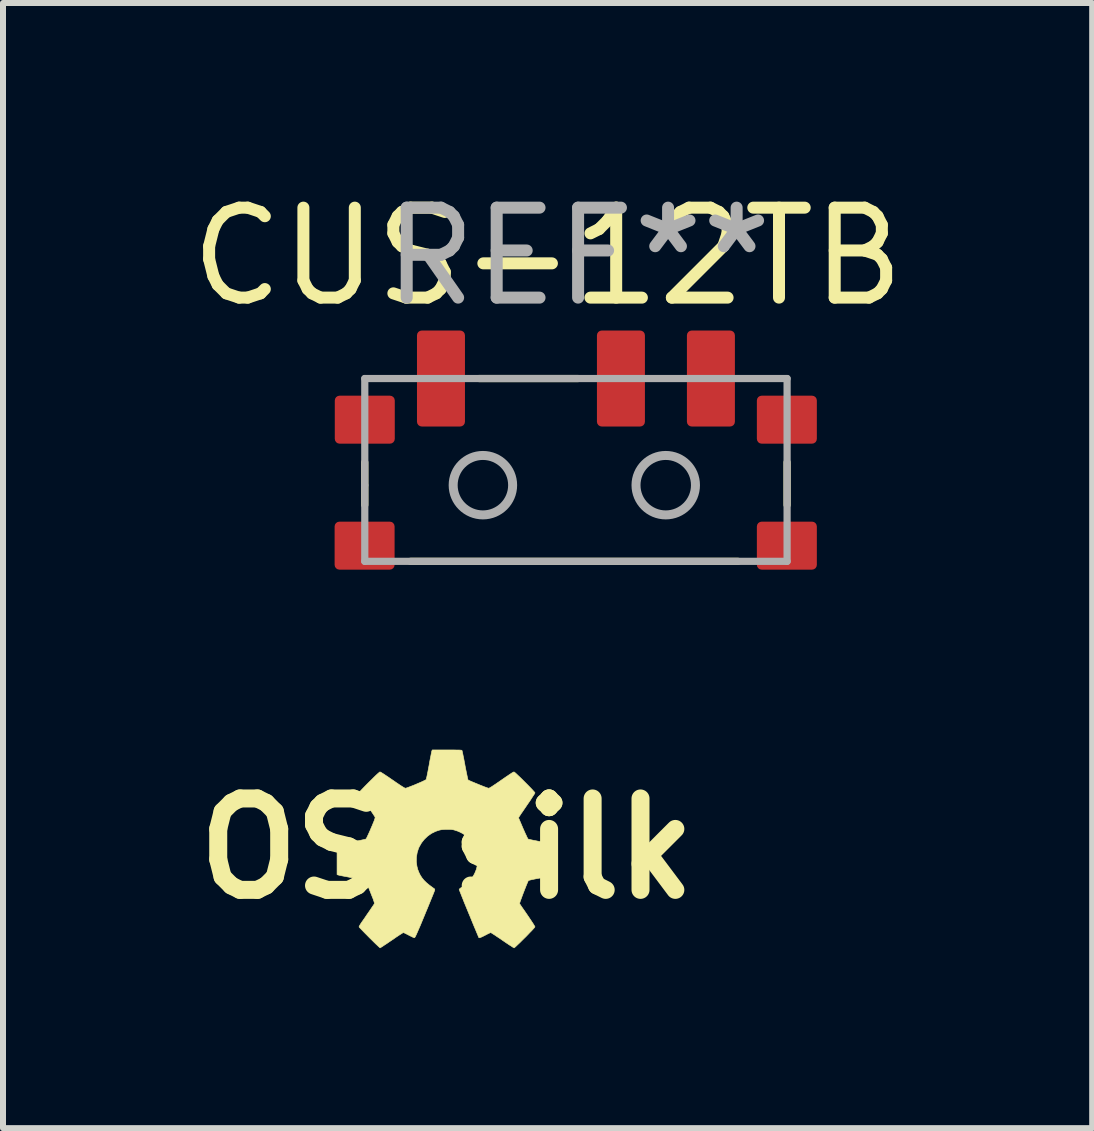
<source format=kicad_pcb>
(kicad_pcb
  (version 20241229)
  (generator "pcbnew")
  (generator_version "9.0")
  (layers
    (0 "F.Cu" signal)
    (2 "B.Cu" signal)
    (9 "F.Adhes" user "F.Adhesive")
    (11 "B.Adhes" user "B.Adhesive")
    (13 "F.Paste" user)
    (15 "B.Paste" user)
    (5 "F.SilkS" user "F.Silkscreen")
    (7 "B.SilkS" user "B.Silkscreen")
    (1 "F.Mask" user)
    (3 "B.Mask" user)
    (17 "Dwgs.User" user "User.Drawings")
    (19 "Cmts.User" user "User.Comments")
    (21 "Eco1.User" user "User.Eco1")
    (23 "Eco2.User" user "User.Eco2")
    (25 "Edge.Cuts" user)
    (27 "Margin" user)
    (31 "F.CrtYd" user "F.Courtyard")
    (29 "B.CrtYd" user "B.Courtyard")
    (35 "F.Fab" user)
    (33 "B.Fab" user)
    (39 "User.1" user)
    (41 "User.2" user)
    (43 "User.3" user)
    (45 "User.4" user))
  (footprint "CUS-12TB"
    (layer "F.Cu")
    (at 4.301 3.26)
    (property "Reference" "CUS-12TB" (at 1.778 -2.032 0) (layer "F.SilkS") (effects (font (size 1.5 1.5) (thickness 0.2))))
    (attr through_hole)
    (fp_line (start -1.27 1.397) (end -1.27 2.108) (stroke (width 0.12) (type solid)) (layer "F.SilkS"))
    (fp_line (start -0.508 3.048) (end 4.953 3.048) (stroke (width 0.12) (type solid)) (layer "F.SilkS"))
    (fp_line (start 0.635 0) (end 2.286 0) (stroke (width 0.12) (type solid)) (layer "F.SilkS"))
    (fp_line (start 5.77 1.397) (end 5.77 2.108) (stroke (width 0.12) (type solid)) (layer "F.SilkS"))
    (fp_line (start -1.27 0) (end 5.77 0) (stroke (width 0.12) (type solid)) (layer "F.Fab"))
    (fp_line (start -1.27 1.778) (end -1.27 0) (stroke (width 0.12) (type solid)) (layer "F.Fab"))
    (fp_line (start -1.27 3.048) (end -1.27 1.778) (stroke (width 0.12) (type solid)) (layer "F.Fab"))
    (fp_line (start 5.77 0) (end 5.77 3.048) (stroke (width 0.12) (type solid)) (layer "F.Fab"))
    (fp_line (start 5.77 3.048) (end -1.27 3.048) (stroke (width 0.12) (type solid)) (layer "F.Fab"))
    (fp_circle (center 0.699 1.778) (end 1.016 2.159) (stroke (width 0.15) (type solid)) (fill no) (layer "F.Fab"))
    (fp_circle (center 3.747 1.778) (end 4.064 2.159) (stroke (width 0.15) (type solid)) (fill no) (layer "F.Fab"))
    (fp_text user "REF**" (at 2.286 -2.032 0) (layer "F.Fab") (effects (font (size 1.5 1.5) (thickness 0.2))))
    (pad "" smd roundrect (at -1.273 2.786) (size 1 0.8) (layers "F.Cu" "F.Mask" "F.Paste") (roundrect_rratio 0.1))
    (pad "" smd roundrect (at -1.27 0.686) (size 1 0.8) (layers "F.Cu" "F.Mask" "F.Paste") (roundrect_rratio 0.1))
    (pad "" smd roundrect (at 5.766 0.686) (size 1 0.8) (layers "F.Cu" "F.Mask" "F.Paste") (roundrect_rratio 0.1))
    (pad "" smd roundrect (at 5.766 2.786) (size 1 0.8) (layers "F.Cu" "F.Mask" "F.Paste") (roundrect_rratio 0.1))
    (pad "1" smd roundrect (at 4.5 0) (size 0.8 1.6) (layers "F.Cu" "F.Mask" "F.Paste") (roundrect_rratio 0.1))
    (pad "2" smd roundrect (at 3 0) (size 0.8 1.6) (layers "F.Cu" "F.Mask" "F.Paste") (roundrect_rratio 0.1))
    (pad "3" smd roundrect (at 0 0) (size 0.8 1.6) (layers "F.Cu" "F.Mask" "F.Paste") (roundrect_rratio 0.1)))
  (footprint "OS silk"
    (layer "F.Cu")
    (at 4.398 11.095)
    (property "Reference" "OS silk" (at 0 0 0) (layer "F.SilkS") (effects (font (size 1.524 1.524) (thickness 0.3))))
    (attr through_hole)
    (fp_poly (pts (xy 0.067 -1.643) (xy 0.121 -1.643) (xy 0.164 -1.642) (xy 0.197 -1.642) (xy 0.222 -1.641) (xy 0.239 -1.639) (xy 0.249 -1.638) (xy 0.253 -1.636) (xy 0.255 -1.628) (xy 0.26 -1.609) (xy 0.266 -1.581) (xy 0.273 -1.545) (xy 0.282 -1.503) (xy 0.291 -1.454) (xy 0.301 -1.402) (xy 0.303 -1.389) (xy 0.313 -1.336) (xy 0.323 -1.287) (xy 0.332 -1.243) (xy 0.34 -1.205) (xy 0.346 -1.175) (xy 0.351 -1.154) (xy 0.355 -1.144) (xy 0.355 -1.143) (xy 0.363 -1.138) (xy 0.382 -1.13) (xy 0.408 -1.118) (xy 0.44 -1.105) (xy 0.476 -1.09) (xy 0.515 -1.074) (xy 0.554 -1.058) (xy 0.592 -1.043) (xy 0.627 -1.029) (xy 0.657 -1.018) (xy 0.68 -1.01) (xy 0.695 -1.005) (xy 0.698 -1.005) (xy 0.708 -1.008) (xy 0.727 -1.018) (xy 0.753 -1.034) (xy 0.786 -1.056) (xy 0.824 -1.081) (xy 0.829 -1.085) (xy 0.869 -1.112) (xy 0.912 -1.142) (xy 0.954 -1.171) (xy 0.993 -1.198) (xy 1.025 -1.219) (xy 1.027 -1.221) (xy 1.056 -1.24) (xy 1.081 -1.257) (xy 1.102 -1.269) (xy 1.116 -1.276) (xy 1.12 -1.277) (xy 1.127 -1.273) (xy 1.142 -1.261) (xy 1.163 -1.242) (xy 1.188 -1.218) (xy 1.218 -1.19) (xy 1.251 -1.158) (xy 1.284 -1.125) (xy 1.319 -1.09) (xy 1.352 -1.057) (xy 1.384 -1.024) (xy 1.412 -0.995) (xy 1.436 -0.969) (xy 1.454 -0.949) (xy 1.466 -0.935) (xy 1.47 -0.928) (xy 1.466 -0.92) (xy 1.457 -0.904) (xy 1.441 -0.88) (xy 1.421 -0.849) (xy 1.398 -0.813) (xy 1.371 -0.773) (xy 1.343 -0.733) (xy 1.314 -0.69) (xy 1.286 -0.649) (xy 1.261 -0.612) (xy 1.239 -0.581) (xy 1.223 -0.556) (xy 1.211 -0.538) (xy 1.206 -0.53) (xy 1.196 -0.512) (xy 1.27 -0.338) (xy 1.29 -0.293) (xy 1.308 -0.252) (xy 1.325 -0.217) (xy 1.338 -0.188) (xy 1.349 -0.168) (xy 1.355 -0.158) (xy 1.356 -0.157) (xy 1.365 -0.155) (xy 1.384 -0.15) (xy 1.412 -0.144) (xy 1.449 -0.136) (xy 1.492 -0.128) (xy 1.54 -0.118) (xy 1.592 -0.109) (xy 1.594 -0.108) (xy 1.645 -0.099) (xy 1.693 -0.09) (xy 1.736 -0.081) (xy 1.772 -0.074) (xy 1.8 -0.068) (xy 1.819 -0.063) (xy 1.828 -0.061) (xy 1.828 -0.06) (xy 1.83 -0.056) (xy 1.832 -0.046) (xy 1.833 -0.028) (xy 1.834 -0.003) (xy 1.835 0.031) (xy 1.835 0.074) (xy 1.835 0.129) (xy 1.836 0.19) (xy 1.836 0.434) (xy 1.822 0.44) (xy 1.812 0.443) (xy 1.792 0.447) (xy 1.763 0.453) (xy 1.727 0.46) (xy 1.684 0.468) (xy 1.636 0.477) (xy 1.6 0.484) (xy 1.539 0.495) (xy 1.489 0.504) (xy 1.45 0.512) (xy 1.419 0.518) (xy 1.396 0.524) (xy 1.379 0.528) (xy 1.368 0.532) (xy 1.361 0.536) (xy 1.357 0.54) (xy 1.356 0.542) (xy 1.342 0.575) (xy 1.326 0.613) (xy 1.31 0.654) (xy 1.293 0.697) (xy 1.276 0.741) (xy 1.26 0.783) (xy 1.246 0.822) (xy 1.233 0.856) (xy 1.223 0.884) (xy 1.217 0.904) (xy 1.214 0.915) (xy 1.214 0.917) (xy 1.219 0.927) (xy 1.229 0.943) (xy 1.243 0.963) (xy 1.243 0.964) (xy 1.297 1.041) (xy 1.343 1.108) (xy 1.382 1.166) (xy 1.414 1.214) (xy 1.439 1.252) (xy 1.456 1.28) (xy 1.467 1.298) (xy 1.47 1.306) (xy 1.465 1.313) (xy 1.453 1.328) (xy 1.435 1.348) (xy 1.411 1.374) (xy 1.382 1.403) (xy 1.351 1.436) (xy 1.318 1.47) (xy 1.283 1.504) (xy 1.25 1.537) (xy 1.218 1.569) (xy 1.188 1.597) (xy 1.163 1.621) (xy 1.143 1.64) (xy 1.128 1.652) (xy 1.122 1.656) (xy 1.115 1.652) (xy 1.098 1.643) (xy 1.075 1.627) (xy 1.044 1.608) (xy 1.008 1.584) (xy 0.968 1.557) (xy 0.927 1.529) (xy 0.884 1.499) (xy 0.844 1.473) (xy 0.809 1.449) (xy 0.778 1.429) (xy 0.755 1.414) (xy 0.739 1.405) (xy 0.732 1.401) (xy 0.724 1.404) (xy 0.707 1.412) (xy 0.683 1.423) (xy 0.655 1.438) (xy 0.641 1.445) (xy 0.604 1.464) (xy 0.576 1.477) (xy 0.556 1.485) (xy 0.543 1.488) (xy 0.535 1.485) (xy 0.532 1.481) (xy 0.529 1.474) (xy 0.522 1.456) (xy 0.511 1.429) (xy 0.496 1.394) (xy 0.478 1.35) (xy 0.457 1.301) (xy 0.434 1.245) (xy 0.409 1.184) (xy 0.383 1.12) (xy 0.366 1.08) (xy 0.339 1.014) (xy 0.313 0.951) (xy 0.289 0.893) (xy 0.268 0.839) (xy 0.249 0.792) (xy 0.233 0.751) (xy 0.22 0.719) (xy 0.212 0.696) (xy 0.207 0.683) (xy 0.207 0.68) (xy 0.213 0.673) (xy 0.227 0.661) (xy 0.247 0.647) (xy 0.264 0.635) (xy 0.325 0.59) (xy 0.376 0.544) (xy 0.417 0.495) (xy 0.452 0.44) (xy 0.468 0.409) (xy 0.494 0.345) (xy 0.509 0.281) (xy 0.516 0.213) (xy 0.516 0.195) (xy 0.51 0.115) (xy 0.494 0.039) (xy 0.466 -0.032) (xy 0.428 -0.097) (xy 0.381 -0.157) (xy 0.324 -0.209) (xy 0.26 -0.253) (xy 0.187 -0.288) (xy 0.13 -0.307) (xy 0.107 -0.313) (xy 0.081 -0.317) (xy 0.049 -0.319) (xy 0.008 -0.319) (xy 0.006 -0.319) (xy -0.042 -0.318) (xy -0.082 -0.315) (xy -0.118 -0.308) (xy -0.154 -0.297) (xy -0.193 -0.283) (xy -0.259 -0.25) (xy -0.32 -0.206) (xy -0.374 -0.154) (xy -0.421 -0.095) (xy -0.459 -0.029) (xy -0.47 -0.006) (xy -0.493 0.066) (xy -0.506 0.142) (xy -0.508 0.219) (xy -0.498 0.294) (xy -0.485 0.347) (xy -0.465 0.398) (xy -0.442 0.445) (xy -0.414 0.488) (xy -0.38 0.53) (xy -0.338 0.571) (xy -0.287 0.613) (xy -0.226 0.658) (xy -0.212 0.667) (xy -0.201 0.678) (xy -0.201 0.693) (xy -0.201 0.694) (xy -0.204 0.702) (xy -0.211 0.721) (xy -0.222 0.749) (xy -0.237 0.786) (xy -0.255 0.83) (xy -0.276 0.881) (xy -0.299 0.938) (xy -0.324 0.999) (xy -0.351 1.063) (xy -0.365 1.098) (xy -0.397 1.175) (xy -0.425 1.243) (xy -0.449 1.3) (xy -0.47 1.348) (xy -0.487 1.387) (xy -0.501 1.419) (xy -0.512 1.443) (xy -0.521 1.462) (xy -0.528 1.474) (xy -0.533 1.482) (xy -0.537 1.486) (xy -0.539 1.487) (xy -0.548 1.485) (xy -0.567 1.478) (xy -0.591 1.466) (xy -0.62 1.452) (xy -0.633 1.445) (xy -0.662 1.43) (xy -0.688 1.417) (xy -0.709 1.407) (xy -0.722 1.402) (xy -0.724 1.402) (xy -0.732 1.405) (xy -0.748 1.415) (xy -0.772 1.43) (xy -0.803 1.45) (xy -0.839 1.474) (xy -0.878 1.501) (xy -0.919 1.529) (xy -0.962 1.558) (xy -1.001 1.585) (xy -1.037 1.608) (xy -1.066 1.628) (xy -1.09 1.643) (xy -1.105 1.653) (xy -1.112 1.656) (xy -1.118 1.651) (xy -1.132 1.639) (xy -1.152 1.62) (xy -1.179 1.595) (xy -1.21 1.565) (xy -1.244 1.531) (xy -1.282 1.494) (xy -1.29 1.486) (xy -1.328 1.447) (xy -1.363 1.412) (xy -1.394 1.38) (xy -1.421 1.352) (xy -1.442 1.33) (xy -1.456 1.315) (xy -1.462 1.307) (xy -1.462 1.306) (xy -1.46 1.298) (xy -1.451 1.281) (xy -1.438 1.259) (xy -1.421 1.233) (xy -1.414 1.223) (xy -1.369 1.159) (xy -1.332 1.104) (xy -1.3 1.058) (xy -1.274 1.02) (xy -1.253 0.989) (xy -1.237 0.965) (xy -1.224 0.947) (xy -1.216 0.934) (xy -1.21 0.925) (xy -1.208 0.92) (xy -1.207 0.914) (xy -1.208 0.905) (xy -1.211 0.891) (xy -1.218 0.871) (xy -1.227 0.843) (xy -1.241 0.808) (xy -1.259 0.763) (xy -1.274 0.724) (xy -1.292 0.679) (xy -1.309 0.638) (xy -1.324 0.602) (xy -1.337 0.572) (xy -1.347 0.55) (xy -1.353 0.537) (xy -1.354 0.535) (xy -1.362 0.532) (xy -1.38 0.527) (xy -1.408 0.521) (xy -1.444 0.513) (xy -1.486 0.505) (xy -1.533 0.496) (xy -1.582 0.487) (xy -1.633 0.477) (xy -1.68 0.468) (xy -1.723 0.46) (xy -1.76 0.453) (xy -1.788 0.447) (xy -1.807 0.442) (xy -1.815 0.44) (xy -1.829 0.434) (xy -1.829 0.19) (xy -1.829 0.125) (xy -1.829 0.072) (xy -1.828 0.029) (xy -1.828 -0.005) (xy -1.827 -0.029) (xy -1.825 -0.046) (xy -1.824 -0.056) (xy -1.822 -0.06) (xy -1.814 -0.063) (xy -1.795 -0.067) (xy -1.768 -0.073) (xy -1.732 -0.081) (xy -1.689 -0.089) (xy -1.642 -0.098) (xy -1.59 -0.108) (xy -1.587 -0.108) (xy -1.536 -0.118) (xy -1.487 -0.127) (xy -1.444 -0.136) (xy -1.407 -0.144) (xy -1.378 -0.15) (xy -1.358 -0.155) (xy -1.349 -0.158) (xy -1.349 -0.158) (xy -1.342 -0.166) (xy -1.331 -0.186) (xy -1.317 -0.216) (xy -1.298 -0.257) (xy -1.276 -0.306) (xy -1.263 -0.338) (xy -1.241 -0.388) (xy -1.225 -0.428) (xy -1.212 -0.459) (xy -1.204 -0.483) (xy -1.198 -0.5) (xy -1.195 -0.512) (xy -1.195 -0.52) (xy -1.196 -0.525) (xy -1.201 -0.533) (xy -1.212 -0.55) (xy -1.228 -0.575) (xy -1.249 -0.606) (xy -1.274 -0.643) (xy -1.302 -0.684) (xy -1.331 -0.726) (xy -1.36 -0.769) (xy -1.387 -0.81) (xy -1.412 -0.846) (xy -1.432 -0.877) (xy -1.448 -0.901) (xy -1.458 -0.918) (xy -1.462 -0.926) (xy -1.461 -0.931) (xy -1.455 -0.94) (xy -1.445 -0.953) (xy -1.428 -0.972) (xy -1.405 -0.996) (xy -1.375 -1.027) (xy -1.338 -1.065) (xy -1.295 -1.108) (xy -1.253 -1.149) (xy -1.215 -1.187) (xy -1.182 -1.219) (xy -1.155 -1.244) (xy -1.133 -1.263) (xy -1.12 -1.274) (xy -1.114 -1.277) (xy -1.105 -1.274) (xy -1.089 -1.265) (xy -1.065 -1.25) (xy -1.037 -1.232) (xy -1.009 -1.213) (xy -0.971 -1.188) (xy -0.928 -1.158) (xy -0.882 -1.127) (xy -0.838 -1.096) (xy -0.809 -1.077) (xy -0.777 -1.055) (xy -0.747 -1.036) (xy -0.722 -1.02) (xy -0.703 -1.01) (xy -0.692 -1.005) (xy -0.69 -1.005) (xy -0.679 -1.007) (xy -0.659 -1.014) (xy -0.631 -1.024) (xy -0.598 -1.037) (xy -0.561 -1.051) (xy -0.522 -1.067) (xy -0.483 -1.084) (xy -0.445 -1.1) (xy -0.411 -1.115) (xy -0.382 -1.129) (xy -0.36 -1.14) (xy -0.347 -1.147) (xy -0.344 -1.15) (xy -0.342 -1.159) (xy -0.337 -1.178) (xy -0.33 -1.207) (xy -0.323 -1.244) (xy -0.314 -1.287) (xy -0.305 -1.336) (xy -0.295 -1.388) (xy -0.295 -1.389) (xy -0.286 -1.441) (xy -0.277 -1.489) (xy -0.268 -1.533) (xy -0.261 -1.57) (xy -0.255 -1.6) (xy -0.251 -1.62) (xy -0.248 -1.629) (xy -0.248 -1.629) (xy -0.242 -1.643) (xy 0.002 -1.643) (xy 0.067 -1.643)) (stroke (width 0.01) (type solid)) (fill yes) (layer "F.SilkS")))
  (gr_rect
    (start -3 -3)
    (end 15.157 15.756)
    (stroke (width 0.1) (type default))
    (fill no)
    (layer "Edge.Cuts")))
</source>
